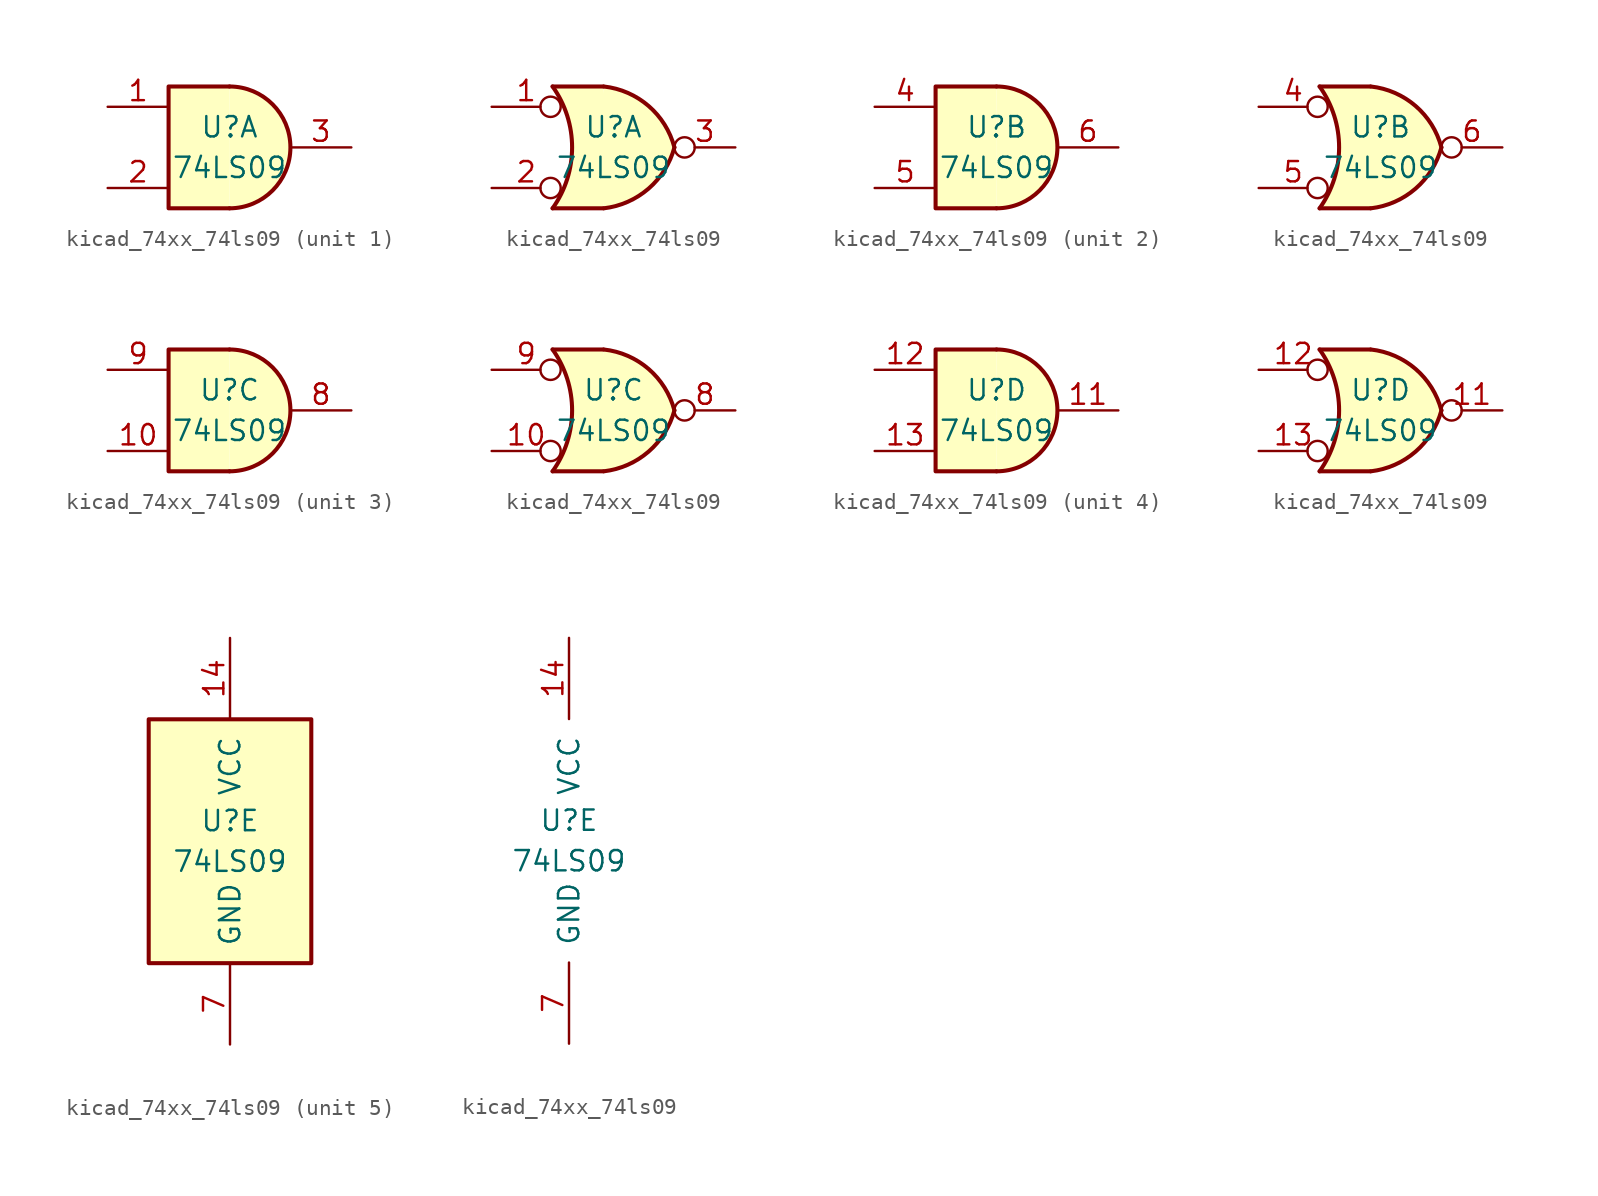
<source format=kicad_sym>
(kicad_symbol_lib
  (version 20220914)
  (generator kicad_symbol_editor)
  (symbol "kicad_74xx_74ls09"
    (pin_names
      (offset 1.016))
    (property "Reference" "U"
      (at 0 1.27 0)
      (effects (font (size 1.27 1.27))))
    (property "Value" "74LS09"
      (at 0 -1.27 0)
      (effects (font (size 1.27 1.27))))
    (property "ki_locked" ""
      (at 0 0 0)
      (effects (font (size 1.27 1.27))))
    (symbol "kicad_74xx_74ls09_1_1"
      (arc (start 0 -3.81) (mid 3.7934 0) (end 0 3.81) (stroke (width 0.254) (type default)) (fill (type background)))
      (polyline (pts (xy 0 3.81) (xy -3.81 3.81) (xy -3.81 -3.81) (xy 0 -3.81)) (stroke (width 0.254) (type default)) (fill (type background)))
      (pin input line (at -7.62 2.54 0) (length 3.81) (name "~" (effects (font (size 1.27 1.27)))) (number "1" (effects (font (size 1.27 1.27)))))
      (pin input line (at -7.62 -2.54 0) (length 3.81) (name "~" (effects (font (size 1.27 1.27)))) (number "2" (effects (font (size 1.27 1.27)))))
      (pin open_collector line (at 7.62 0 180) (length 3.81) (name "~" (effects (font (size 1.27 1.27)))) (number "3" (effects (font (size 1.27 1.27))))))
    (symbol "kicad_74xx_74ls09_1_2"
      (arc (start -3.81 -3.81) (mid -2.589 0) (end -3.81 3.81) (stroke (width 0.254) (type default)) (fill (type none)))
      (arc (start -0.6096 -3.81) (mid 2.1842 -2.5851) (end 3.81 0) (stroke (width 0.254) (type default)) (fill (type background)))
      (polyline (pts (xy -3.81 -3.81) (xy -0.635 -3.81)) (stroke (width 0.254) (type default)) (fill (type background)))
      (polyline (pts (xy -3.81 3.81) (xy -0.635 3.81)) (stroke (width 0.254) (type default)) (fill (type background)))
      (polyline (pts (xy -0.635 3.81) (xy -3.81 3.81) (xy -3.81 3.81) (xy -3.556 3.404) (xy -3.023 2.261) (xy -2.692 1.041) (xy -2.616 -0.254) (xy -2.769 -1.499) (xy -3.175 -2.718) (xy -3.81 -3.81) (xy -3.81 -3.81) (xy -0.635 -3.81)) (stroke (width -25.4) (type default)) (fill (type background)))
      (arc (start 3.81 0) (mid 2.1915 2.5936) (end -0.6096 3.81) (stroke (width 0.254) (type default)) (fill (type background)))
      (pin input inverted (at -7.62 2.54 0) (length 4.318) (name "~" (effects (font (size 1.27 1.27)))) (number "1" (effects (font (size 1.27 1.27)))))
      (pin input inverted (at -7.62 -2.54 0) (length 4.318) (name "~" (effects (font (size 1.27 1.27)))) (number "2" (effects (font (size 1.27 1.27)))))
      (pin output inverted (at 7.62 0 180) (length 3.81) (name "~" (effects (font (size 1.27 1.27)))) (number "3" (effects (font (size 1.27 1.27))))))
    (symbol "kicad_74xx_74ls09_2_1"
      (arc (start 0 -3.81) (mid 3.7934 0) (end 0 3.81) (stroke (width 0.254) (type default)) (fill (type background)))
      (polyline (pts (xy 0 3.81) (xy -3.81 3.81) (xy -3.81 -3.81) (xy 0 -3.81)) (stroke (width 0.254) (type default)) (fill (type background)))
      (pin input line (at -7.62 2.54 0) (length 3.81) (name "~" (effects (font (size 1.27 1.27)))) (number "4" (effects (font (size 1.27 1.27)))))
      (pin input line (at -7.62 -2.54 0) (length 3.81) (name "~" (effects (font (size 1.27 1.27)))) (number "5" (effects (font (size 1.27 1.27)))))
      (pin open_collector line (at 7.62 0 180) (length 3.81) (name "~" (effects (font (size 1.27 1.27)))) (number "6" (effects (font (size 1.27 1.27))))))
    (symbol "kicad_74xx_74ls09_2_2"
      (arc (start -3.81 -3.81) (mid -2.589 0) (end -3.81 3.81) (stroke (width 0.254) (type default)) (fill (type none)))
      (arc (start -0.6096 -3.81) (mid 2.1842 -2.5851) (end 3.81 0) (stroke (width 0.254) (type default)) (fill (type background)))
      (polyline (pts (xy -3.81 -3.81) (xy -0.635 -3.81)) (stroke (width 0.254) (type default)) (fill (type background)))
      (polyline (pts (xy -3.81 3.81) (xy -0.635 3.81)) (stroke (width 0.254) (type default)) (fill (type background)))
      (polyline (pts (xy -0.635 3.81) (xy -3.81 3.81) (xy -3.81 3.81) (xy -3.556 3.404) (xy -3.023 2.261) (xy -2.692 1.041) (xy -2.616 -0.254) (xy -2.769 -1.499) (xy -3.175 -2.718) (xy -3.81 -3.81) (xy -3.81 -3.81) (xy -0.635 -3.81)) (stroke (width -25.4) (type default)) (fill (type background)))
      (arc (start 3.81 0) (mid 2.1915 2.5936) (end -0.6096 3.81) (stroke (width 0.254) (type default)) (fill (type background)))
      (pin input inverted (at -7.62 2.54 0) (length 4.318) (name "~" (effects (font (size 1.27 1.27)))) (number "4" (effects (font (size 1.27 1.27)))))
      (pin input inverted (at -7.62 -2.54 0) (length 4.318) (name "~" (effects (font (size 1.27 1.27)))) (number "5" (effects (font (size 1.27 1.27)))))
      (pin output inverted (at 7.62 0 180) (length 3.81) (name "~" (effects (font (size 1.27 1.27)))) (number "6" (effects (font (size 1.27 1.27))))))
    (symbol "kicad_74xx_74ls09_3_1"
      (arc (start 0 -3.81) (mid 3.7934 0) (end 0 3.81) (stroke (width 0.254) (type default)) (fill (type background)))
      (polyline (pts (xy 0 3.81) (xy -3.81 3.81) (xy -3.81 -3.81) (xy 0 -3.81)) (stroke (width 0.254) (type default)) (fill (type background)))
      (pin input line (at -7.62 -2.54 0) (length 3.81) (name "~" (effects (font (size 1.27 1.27)))) (number "10" (effects (font (size 1.27 1.27)))))
      (pin open_collector line (at 7.62 0 180) (length 3.81) (name "~" (effects (font (size 1.27 1.27)))) (number "8" (effects (font (size 1.27 1.27)))))
      (pin input line (at -7.62 2.54 0) (length 3.81) (name "~" (effects (font (size 1.27 1.27)))) (number "9" (effects (font (size 1.27 1.27))))))
    (symbol "kicad_74xx_74ls09_3_2"
      (arc (start -3.81 -3.81) (mid -2.589 0) (end -3.81 3.81) (stroke (width 0.254) (type default)) (fill (type none)))
      (arc (start -0.6096 -3.81) (mid 2.1842 -2.5851) (end 3.81 0) (stroke (width 0.254) (type default)) (fill (type background)))
      (polyline (pts (xy -3.81 -3.81) (xy -0.635 -3.81)) (stroke (width 0.254) (type default)) (fill (type background)))
      (polyline (pts (xy -3.81 3.81) (xy -0.635 3.81)) (stroke (width 0.254) (type default)) (fill (type background)))
      (polyline (pts (xy -0.635 3.81) (xy -3.81 3.81) (xy -3.81 3.81) (xy -3.556 3.404) (xy -3.023 2.261) (xy -2.692 1.041) (xy -2.616 -0.254) (xy -2.769 -1.499) (xy -3.175 -2.718) (xy -3.81 -3.81) (xy -3.81 -3.81) (xy -0.635 -3.81)) (stroke (width -25.4) (type default)) (fill (type background)))
      (arc (start 3.81 0) (mid 2.1915 2.5936) (end -0.6096 3.81) (stroke (width 0.254) (type default)) (fill (type background)))
      (pin input inverted (at -7.62 -2.54 0) (length 4.318) (name "~" (effects (font (size 1.27 1.27)))) (number "10" (effects (font (size 1.27 1.27)))))
      (pin output inverted (at 7.62 0 180) (length 3.81) (name "~" (effects (font (size 1.27 1.27)))) (number "8" (effects (font (size 1.27 1.27)))))
      (pin input inverted (at -7.62 2.54 0) (length 4.318) (name "~" (effects (font (size 1.27 1.27)))) (number "9" (effects (font (size 1.27 1.27))))))
    (symbol "kicad_74xx_74ls09_4_1"
      (arc (start 0 -3.81) (mid 3.7934 0) (end 0 3.81) (stroke (width 0.254) (type default)) (fill (type background)))
      (polyline (pts (xy 0 3.81) (xy -3.81 3.81) (xy -3.81 -3.81) (xy 0 -3.81)) (stroke (width 0.254) (type default)) (fill (type background)))
      (pin open_collector line (at 7.62 0 180) (length 3.81) (name "~" (effects (font (size 1.27 1.27)))) (number "11" (effects (font (size 1.27 1.27)))))
      (pin input line (at -7.62 2.54 0) (length 3.81) (name "~" (effects (font (size 1.27 1.27)))) (number "12" (effects (font (size 1.27 1.27)))))
      (pin input line (at -7.62 -2.54 0) (length 3.81) (name "~" (effects (font (size 1.27 1.27)))) (number "13" (effects (font (size 1.27 1.27))))))
    (symbol "kicad_74xx_74ls09_4_2"
      (arc (start -3.81 -3.81) (mid -2.589 0) (end -3.81 3.81) (stroke (width 0.254) (type default)) (fill (type none)))
      (arc (start -0.6096 -3.81) (mid 2.1842 -2.5851) (end 3.81 0) (stroke (width 0.254) (type default)) (fill (type background)))
      (polyline (pts (xy -3.81 -3.81) (xy -0.635 -3.81)) (stroke (width 0.254) (type default)) (fill (type background)))
      (polyline (pts (xy -3.81 3.81) (xy -0.635 3.81)) (stroke (width 0.254) (type default)) (fill (type background)))
      (polyline (pts (xy -0.635 3.81) (xy -3.81 3.81) (xy -3.81 3.81) (xy -3.556 3.404) (xy -3.023 2.261) (xy -2.692 1.041) (xy -2.616 -0.254) (xy -2.769 -1.499) (xy -3.175 -2.718) (xy -3.81 -3.81) (xy -3.81 -3.81) (xy -0.635 -3.81)) (stroke (width -25.4) (type default)) (fill (type background)))
      (arc (start 3.81 0) (mid 2.1915 2.5936) (end -0.6096 3.81) (stroke (width 0.254) (type default)) (fill (type background)))
      (pin output inverted (at 7.62 0 180) (length 3.81) (name "~" (effects (font (size 1.27 1.27)))) (number "11" (effects (font (size 1.27 1.27)))))
      (pin input inverted (at -7.62 2.54 0) (length 4.318) (name "~" (effects (font (size 1.27 1.27)))) (number "12" (effects (font (size 1.27 1.27)))))
      (pin input inverted (at -7.62 -2.54 0) (length 4.318) (name "~" (effects (font (size 1.27 1.27)))) (number "13" (effects (font (size 1.27 1.27))))))
    (symbol "kicad_74xx_74ls09_5_0"
      (pin power_in line (at 0 12.7 270) (length 5.08) (name "VCC" (effects (font (size 1.27 1.27)))) (number "14" (effects (font (size 1.27 1.27)))))
      (pin power_in line (at 0 -12.7 90) (length 5.08) (name "GND" (effects (font (size 1.27 1.27)))) (number "7" (effects (font (size 1.27 1.27))))))
    (symbol "kicad_74xx_74ls09_5_1"
      (rectangle (start -5.08 7.62) (end 5.08 -7.62) (stroke (width 0.254) (type default)) (fill (type background))))))
</source>
